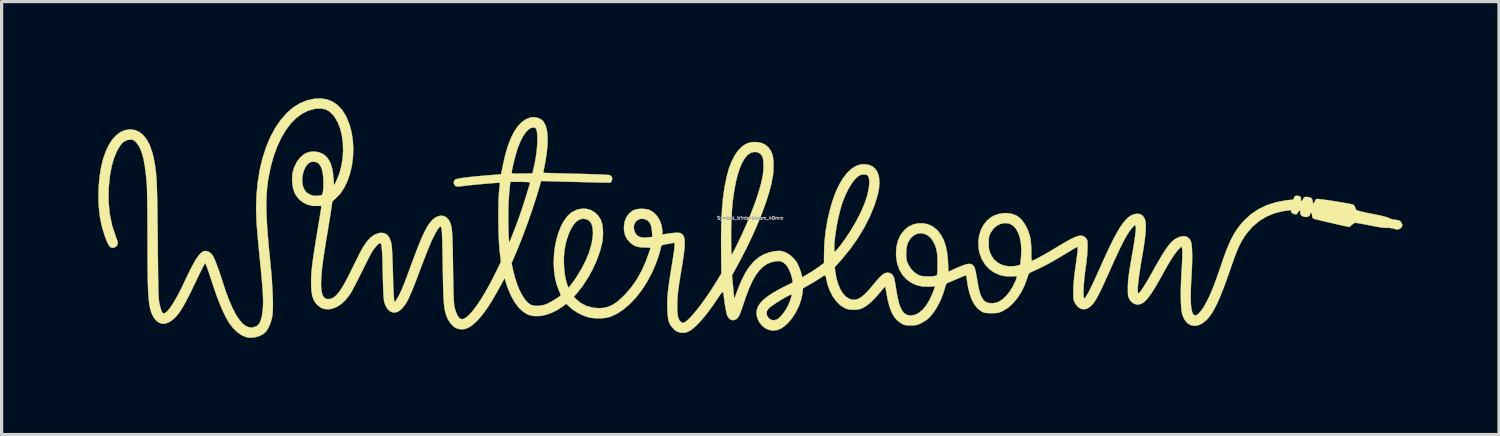
<source format=kicad_pcb>
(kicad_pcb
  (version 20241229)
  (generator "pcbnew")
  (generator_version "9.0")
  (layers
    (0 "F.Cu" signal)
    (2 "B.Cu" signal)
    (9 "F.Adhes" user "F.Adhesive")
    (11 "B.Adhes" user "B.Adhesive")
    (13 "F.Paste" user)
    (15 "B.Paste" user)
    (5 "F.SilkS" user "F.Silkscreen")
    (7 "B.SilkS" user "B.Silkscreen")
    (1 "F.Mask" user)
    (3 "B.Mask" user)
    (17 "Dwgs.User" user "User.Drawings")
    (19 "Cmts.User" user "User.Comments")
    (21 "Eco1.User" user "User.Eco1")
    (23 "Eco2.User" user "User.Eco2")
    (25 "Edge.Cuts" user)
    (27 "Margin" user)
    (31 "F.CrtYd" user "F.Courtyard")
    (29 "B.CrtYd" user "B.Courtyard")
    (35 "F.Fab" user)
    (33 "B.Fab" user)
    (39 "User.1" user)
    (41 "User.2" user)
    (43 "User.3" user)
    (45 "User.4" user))
  (footprint "Symbol_Winterbloom_40mm"
    (layer "F.Cu")
    (at 20.24 3.717)
    (property "Reference" "Symbol_Winterbloom_40mm" (at 0 0 0) (layer "F.Fab") (effects (font (size 0.1 0.1) (thickness 0.025))))
    (attr board_only exclude_from_pos_files exclude_from_bom)
    (fp_poly (pts (xy -13.139 -3.681) (xy -12.966 -3.612) (xy -12.811 -3.504) (xy -12.675 -3.36) (xy -12.559 -3.18) (xy -12.532 -3.126) (xy -12.441 -2.899) (xy -12.377 -2.655) (xy -12.338 -2.4) (xy -12.324 -2.139) (xy -12.335 -1.878) (xy -12.369 -1.622) (xy -12.427 -1.376) (xy -12.506 -1.146) (xy -12.607 -0.938) (xy -12.728 -0.757) (xy -12.865 -0.613) (xy -12.974 -0.518) (xy -13.016 -0.232) (xy -13.031 -0.135) (xy -13.051 -0.005) (xy -13.076 0.15) (xy -13.104 0.32) (xy -13.133 0.497) (xy -13.163 0.674) (xy -13.165 0.684) (xy -13.219 1.021) (xy -13.263 1.319) (xy -13.295 1.579) (xy -13.315 1.804) (xy -13.325 1.994) (xy -13.322 2.153) (xy -13.308 2.28) (xy -13.283 2.378) (xy -13.246 2.45) (xy -13.197 2.495) (xy -13.136 2.516) (xy -13.104 2.518) (xy -13.025 2.508) (xy -12.948 2.474) (xy -12.87 2.414) (xy -12.789 2.327) (xy -12.704 2.209) (xy -12.612 2.058) (xy -12.511 1.871) (xy -12.421 1.693) (xy -12.354 1.556) (xy -12.288 1.421) (xy -12.226 1.296) (xy -12.173 1.19) (xy -12.134 1.11) (xy -12.125 1.092) (xy -12.012 0.887) (xy -11.897 0.723) (xy -11.781 0.6) (xy -11.661 0.515) (xy -11.537 0.469) (xy -11.459 0.459) (xy -11.355 0.472) (xy -11.27 0.523) (xy -11.204 0.61) (xy -11.156 0.735) (xy -11.135 0.836) (xy -11.129 0.892) (xy -11.122 0.984) (xy -11.116 1.107) (xy -11.109 1.254) (xy -11.103 1.419) (xy -11.097 1.596) (xy -11.093 1.746) (xy -11.089 1.924) (xy -11.083 2.09) (xy -11.077 2.238) (xy -11.071 2.365) (xy -11.065 2.465) (xy -11.06 2.532) (xy -11.055 2.56) (xy -11.034 2.613) (xy -10.981 2.529) (xy -10.944 2.469) (xy -10.91 2.408) (xy -10.876 2.342) (xy -10.841 2.266) (xy -10.802 2.175) (xy -10.757 2.065) (xy -10.705 1.93) (xy -10.643 1.767) (xy -10.57 1.57) (xy -10.542 1.492) (xy -10.441 1.222) (xy -10.352 0.988) (xy -10.273 0.788) (xy -10.202 0.619) (xy -10.137 0.476) (xy -10.078 0.357) (xy -10.023 0.259) (xy -9.969 0.177) (xy -9.916 0.11) (xy -9.862 0.052) (xy -9.843 0.035) (xy -9.741 -0.036) (xy -9.636 -0.07) (xy -9.535 -0.066) (xy -9.444 -0.027) (xy -9.369 0.047) (xy -9.343 0.089) (xy -9.323 0.131) (xy -9.305 0.174) (xy -9.291 0.222) (xy -9.278 0.279) (xy -9.268 0.349) (xy -9.259 0.434) (xy -9.252 0.54) (xy -9.247 0.668) (xy -9.242 0.824) (xy -9.237 1.011) (xy -9.233 1.233) (xy -9.229 1.493) (xy -9.229 1.524) (xy -9.225 1.785) (xy -9.221 2.006) (xy -9.217 2.193) (xy -9.213 2.347) (xy -9.208 2.473) (xy -9.203 2.573) (xy -9.197 2.652) (xy -9.191 2.713) (xy -9.184 2.759) (xy -9.18 2.775) (xy -9.137 2.922) (xy -9.087 3.034) (xy -9.03 3.107) (xy -8.967 3.14) (xy -8.904 3.134) (xy -8.82 3.085) (xy -8.723 2.999) (xy -8.615 2.878) (xy -8.498 2.724) (xy -8.374 2.541) (xy -8.245 2.33) (xy -8.111 2.094) (xy -7.975 1.836) (xy -7.932 1.748) (xy -7.742 1.365) (xy -7.782 1.016) (xy -7.794 0.881) (xy -7.804 0.714) (xy -7.812 0.523) (xy -7.817 0.317) (xy -7.82 0.102) (xy -7.821 -0.021) (xy -7.514 -0.021) (xy -7.513 0.137) (xy -7.511 0.287) (xy -7.507 0.426) (xy -7.503 0.548) (xy -7.497 0.646) (xy -7.491 0.717) (xy -7.485 0.753) (xy -7.481 0.757) (xy -7.472 0.736) (xy -7.45 0.684) (xy -7.419 0.609) (xy -7.387 0.529) (xy -7.276 0.241) (xy -7.166 -0.059) (xy -7.065 -0.354) (xy -6.978 -0.628) (xy -6.976 -0.635) (xy -6.941 -0.751) (xy -6.908 -0.857) (xy -6.881 -0.945) (xy -6.863 -1.005) (xy -6.857 -1.024) (xy -6.842 -1.074) (xy -6.837 -1.104) (xy -6.857 -1.11) (xy -6.912 -1.116) (xy -6.994 -1.12) (xy -7.096 -1.122) (xy -7.142 -1.122) (xy -7.448 -1.122) (xy -7.46 -1.032) (xy -7.486 -0.783) (xy -7.504 -0.514) (xy -7.513 -0.217) (xy -7.514 -0.021) (xy -7.821 -0.021) (xy -7.821 -0.113) (xy -7.82 -0.321) (xy -7.816 -0.513) (xy -7.809 -0.683) (xy -7.8 -0.822) (xy -7.794 -0.878) (xy -7.785 -0.967) (xy -7.778 -1.038) (xy -7.775 -1.083) (xy -7.775 -1.094) (xy -7.798 -1.095) (xy -7.856 -1.092) (xy -7.944 -1.086) (xy -8.053 -1.078) (xy -8.178 -1.068) (xy -8.312 -1.056) (xy -8.447 -1.044) (xy -8.579 -1.032) (xy -8.699 -1.019) (xy -8.802 -1.008) (xy -8.843 -1.003) (xy -8.957 -0.989) (xy -9.037 -0.981) (xy -9.09 -0.979) (xy -9.124 -0.982) (xy -9.146 -0.991) (xy -9.166 -1.006) (xy -9.166 -1.006) (xy -9.201 -1.061) (xy -9.205 -1.123) (xy -9.179 -1.178) (xy -9.16 -1.194) (xy -9.113 -1.211) (xy -9.027 -1.23) (xy -8.903 -1.249) (xy -8.745 -1.269) (xy -8.555 -1.289) (xy -8.336 -1.309) (xy -8.161 -1.324) (xy -8.032 -1.334) (xy -7.919 -1.343) (xy -7.828 -1.351) (xy -7.765 -1.357) (xy -7.737 -1.36) (xy -7.736 -1.361) (xy -7.731 -1.382) (xy -7.726 -1.41) (xy -7.408 -1.41) (xy -7.404 -1.396) (xy -7.389 -1.387) (xy -7.355 -1.381) (xy -7.298 -1.379) (xy -7.21 -1.379) (xy -7.087 -1.381) (xy -6.765 -1.386) (xy -6.738 -1.492) (xy -6.697 -1.672) (xy -6.663 -1.86) (xy -6.636 -2.049) (xy -6.618 -2.231) (xy -6.609 -2.399) (xy -6.61 -2.545) (xy -6.621 -2.661) (xy -6.629 -2.699) (xy -6.648 -2.762) (xy -6.669 -2.795) (xy -6.7 -2.808) (xy -6.72 -2.81) (xy -6.805 -2.797) (xy -6.891 -2.744) (xy -6.977 -2.653) (xy -7.061 -2.527) (xy -7.142 -2.367) (xy -7.218 -2.176) (xy -7.234 -2.127) (xy -7.261 -2.041) (xy -7.291 -1.935) (xy -7.321 -1.819) (xy -7.35 -1.702) (xy -7.376 -1.592) (xy -7.395 -1.5) (xy -7.406 -1.433) (xy -7.408 -1.41) (xy -7.726 -1.41) (xy -7.72 -1.437) (xy -7.704 -1.519) (xy -7.684 -1.619) (xy -7.677 -1.655) (xy -7.608 -1.961) (xy -7.527 -2.234) (xy -7.435 -2.474) (xy -7.332 -2.678) (xy -7.219 -2.846) (xy -7.096 -2.976) (xy -6.966 -3.067) (xy -6.827 -3.119) (xy -6.72 -3.131) (xy -6.617 -3.116) (xy -6.517 -3.074) (xy -6.437 -3.014) (xy -6.416 -2.988) (xy -6.354 -2.867) (xy -6.312 -2.71) (xy -6.293 -2.519) (xy -6.295 -2.294) (xy -6.318 -2.036) (xy -6.363 -1.746) (xy -6.39 -1.607) (xy -6.407 -1.522) (xy -6.42 -1.453) (xy -6.426 -1.412) (xy -6.427 -1.403) (xy -6.405 -1.402) (xy -6.346 -1.399) (xy -6.252 -1.396) (xy -6.129 -1.393) (xy -5.979 -1.389) (xy -5.808 -1.384) (xy -5.62 -1.379) (xy -5.419 -1.374) (xy -5.215 -1.369) (xy -5.023 -1.364) (xy -4.848 -1.358) (xy -4.693 -1.352) (xy -4.563 -1.346) (xy -4.462 -1.341) (xy -4.395 -1.336) (xy -4.366 -1.332) (xy -4.309 -1.291) (xy -4.286 -1.232) (xy -4.299 -1.166) (xy -4.307 -1.151) (xy -4.344 -1.095) (xy -4.918 -1.108) (xy -5.108 -1.113) (xy -5.317 -1.118) (xy -5.532 -1.124) (xy -5.739 -1.129) (xy -5.924 -1.134) (xy -5.994 -1.136) (xy -6.495 -1.149) (xy -6.539 -0.993) (xy -6.648 -0.63) (xy -6.774 -0.246) (xy -6.91 0.146) (xy -7.053 0.531) (xy -7.197 0.895) (xy -7.264 1.055) (xy -7.411 1.401) (xy -7.366 1.614) (xy -7.308 1.845) (xy -7.239 2.057) (xy -7.16 2.248) (xy -7.074 2.412) (xy -6.982 2.545) (xy -6.888 2.643) (xy -6.806 2.697) (xy -6.712 2.723) (xy -6.593 2.728) (xy -6.464 2.712) (xy -6.366 2.686) (xy -6.304 2.66) (xy -6.226 2.621) (xy -6.14 2.573) (xy -6.056 2.523) (xy -5.98 2.474) (xy -5.922 2.432) (xy -5.889 2.402) (xy -5.884 2.393) (xy -5.893 2.366) (xy -5.914 2.313) (xy -5.937 2.261) (xy -6.011 2.064) (xy -6.063 1.848) (xy -6.093 1.62) (xy -6.101 1.432) (xy -5.787 1.432) (xy -5.773 1.641) (xy -5.745 1.837) (xy -5.703 2.008) (xy -5.677 2.083) (xy -5.645 2.165) (xy -5.584 2.093) (xy -5.546 2.044) (xy -5.493 1.971) (xy -5.434 1.887) (xy -5.404 1.843) (xy -5.241 1.577) (xy -5.106 1.313) (xy -5.002 1.056) (xy -4.93 0.809) (xy -4.891 0.577) (xy -4.885 0.45) (xy -4.897 0.296) (xy -4.933 0.177) (xy -4.993 0.092) (xy -5.078 0.04) (xy -5.189 0.021) (xy -5.197 0.021) (xy -5.295 0.042) (xy -5.39 0.102) (xy -5.48 0.199) (xy -5.563 0.331) (xy -5.638 0.494) (xy -5.703 0.686) (xy -5.74 0.832) (xy -5.771 1.017) (xy -5.787 1.221) (xy -5.787 1.432) (xy -6.101 1.432) (xy -6.104 1.383) (xy -6.094 1.144) (xy -6.067 0.907) (xy -6.021 0.678) (xy -5.959 0.462) (xy -5.881 0.265) (xy -5.788 0.091) (xy -5.681 -0.055) (xy -5.56 -0.166) (xy -5.53 -0.187) (xy -5.383 -0.258) (xy -5.233 -0.291) (xy -5.086 -0.286) (xy -4.946 -0.245) (xy -4.82 -0.17) (xy -4.714 -0.062) (xy -4.639 0.063) (xy -4.602 0.177) (xy -4.58 0.32) (xy -4.572 0.479) (xy -4.581 0.643) (xy -4.602 0.779) (xy -4.67 1.042) (xy -4.77 1.317) (xy -4.896 1.594) (xy -5.043 1.861) (xy -5.206 2.11) (xy -5.377 2.327) (xy -5.48 2.445) (xy -5.412 2.515) (xy -5.264 2.638) (xy -5.092 2.727) (xy -4.899 2.781) (xy -4.699 2.799) (xy -4.55 2.789) (xy -4.41 2.755) (xy -4.274 2.693) (xy -4.136 2.601) (xy -3.991 2.475) (xy -3.884 2.368) (xy -3.692 2.146) (xy -3.522 1.902) (xy -3.371 1.631) (xy -3.237 1.328) (xy -3.117 0.99) (xy -3.1 0.938) (xy -3.11 0.925) (xy -3.153 0.917) (xy -3.232 0.915) (xy -3.266 0.915) (xy -3.411 0.909) (xy -3.527 0.886) (xy -3.626 0.843) (xy -3.717 0.776) (xy -3.725 0.769) (xy -3.826 0.656) (xy -3.89 0.529) (xy -3.921 0.382) (xy -3.925 0.297) (xy -3.62 0.297) (xy -3.6 0.404) (xy -3.591 0.429) (xy -3.54 0.514) (xy -3.471 0.571) (xy -3.377 0.601) (xy -3.255 0.608) (xy -3.157 0.6) (xy -3.043 0.586) (xy -3.052 0.423) (xy -3.071 0.28) (xy -3.11 0.171) (xy -3.169 0.094) (xy -3.218 0.06) (xy -3.32 0.025) (xy -3.415 0.027) (xy -3.498 0.06) (xy -3.563 0.12) (xy -3.606 0.201) (xy -3.62 0.297) (xy -3.925 0.297) (xy -3.925 0.296) (xy -3.907 0.131) (xy -3.855 -0.013) (xy -3.771 -0.133) (xy -3.658 -0.225) (xy -3.633 -0.239) (xy -3.539 -0.271) (xy -3.421 -0.286) (xy -3.296 -0.284) (xy -3.18 -0.265) (xy -3.111 -0.241) (xy -2.99 -0.163) (xy -2.887 -0.053) (xy -2.807 0.083) (xy -2.753 0.236) (xy -2.731 0.399) (xy -2.731 0.421) (xy -2.731 0.514) (xy -2.651 0.5) (xy -2.487 0.474) (xy -2.35 0.46) (xy -2.245 0.457) (xy -2.176 0.466) (xy -2.163 0.471) (xy -2.115 0.501) (xy -2.079 0.545) (xy -2.054 0.606) (xy -2.039 0.687) (xy -2.036 0.792) (xy -2.043 0.924) (xy -2.061 1.088) (xy -2.089 1.286) (xy -2.117 1.463) (xy -2.155 1.693) (xy -2.187 1.887) (xy -2.212 2.051) (xy -2.231 2.188) (xy -2.246 2.305) (xy -2.256 2.406) (xy -2.263 2.498) (xy -2.268 2.585) (xy -2.269 2.673) (xy -2.27 2.72) (xy -2.267 2.881) (xy -2.256 3.005) (xy -2.236 3.099) (xy -2.206 3.167) (xy -2.164 3.216) (xy -2.154 3.224) (xy -2.11 3.252) (xy -2.075 3.253) (xy -2.043 3.239) (xy -1.969 3.186) (xy -1.877 3.1) (xy -1.77 2.983) (xy -1.651 2.84) (xy -1.523 2.673) (xy -1.389 2.487) (xy -1.251 2.285) (xy -1.112 2.07) (xy -1.036 1.947) (xy -0.9 1.725) (xy -0.907 0.931) (xy -0.908 0.569) (xy -0.907 0.546) (xy -0.597 0.546) (xy -0.597 0.684) (xy -0.596 0.814) (xy -0.594 0.932) (xy -0.591 1.029) (xy -0.588 1.1) (xy -0.584 1.138) (xy -0.582 1.143) (xy -0.569 1.125) (xy -0.542 1.076) (xy -0.503 1.003) (xy -0.457 0.913) (xy -0.444 0.888) (xy -0.274 0.537) (xy -0.118 0.191) (xy 0.021 -0.145) (xy 0.143 -0.465) (xy 0.245 -0.766) (xy 0.325 -1.042) (xy 0.371 -1.238) (xy 0.393 -1.371) (xy 0.405 -1.51) (xy 0.409 -1.645) (xy 0.403 -1.766) (xy 0.388 -1.862) (xy 0.372 -1.911) (xy 0.312 -1.992) (xy 0.23 -2.04) (xy 0.132 -2.052) (xy 0.025 -2.028) (xy 0.015 -2.024) (xy -0.081 -1.961) (xy -0.171 -1.858) (xy -0.254 -1.718) (xy -0.329 -1.543) (xy -0.396 -1.335) (xy -0.455 -1.096) (xy -0.504 -0.829) (xy -0.544 -0.537) (xy -0.573 -0.22) (xy -0.59 0.117) (xy -0.595 0.275) (xy -0.597 0.408) (xy -0.597 0.546) (xy -0.907 0.546) (xy -0.903 0.244) (xy -0.893 -0.051) (xy -0.877 -0.32) (xy -0.854 -0.57) (xy -0.824 -0.805) (xy -0.786 -1.032) (xy -0.74 -1.256) (xy -0.732 -1.294) (xy -0.666 -1.535) (xy -0.584 -1.751) (xy -0.488 -1.939) (xy -0.38 -2.095) (xy -0.263 -2.213) (xy -0.256 -2.219) (xy -0.151 -2.291) (xy -0.05 -2.335) (xy 0.065 -2.355) (xy 0.159 -2.359) (xy 0.314 -2.34) (xy 0.448 -2.285) (xy 0.559 -2.196) (xy 0.643 -2.075) (xy 0.687 -1.964) (xy 0.705 -1.876) (xy 0.715 -1.759) (xy 0.719 -1.625) (xy 0.716 -1.486) (xy 0.706 -1.354) (xy 0.697 -1.291) (xy 0.647 -1.039) (xy 0.571 -0.757) (xy 0.472 -0.451) (xy 0.351 -0.123) (xy 0.21 0.222) (xy 0.05 0.581) (xy -0.127 0.949) (xy -0.32 1.322) (xy -0.388 1.447) (xy -0.571 1.782) (xy -0.5 2.515) (xy -0.401 2.245) (xy -0.288 1.964) (xy -0.167 1.722) (xy -0.038 1.52) (xy 0.102 1.354) (xy 0.254 1.224) (xy 0.42 1.127) (xy 0.601 1.062) (xy 0.751 1.032) (xy 0.845 1.022) (xy 0.914 1.02) (xy 0.975 1.028) (xy 1.045 1.048) (xy 1.046 1.048) (xy 1.159 1.101) (xy 1.273 1.183) (xy 1.375 1.284) (xy 1.446 1.382) (xy 1.487 1.465) (xy 1.531 1.571) (xy 1.569 1.682) (xy 1.596 1.778) (xy 1.597 1.783) (xy 1.609 1.84) (xy 1.794 1.732) (xy 1.897 1.669) (xy 2.007 1.597) (xy 2.107 1.529) (xy 2.133 1.51) (xy 2.286 1.397) (xy 2.287 1.127) (xy 2.293 0.939) (xy 2.603 0.939) (xy 2.605 0.996) (xy 2.61 1.031) (xy 2.624 1.041) (xy 2.65 1.024) (xy 2.692 0.978) (xy 2.753 0.902) (xy 2.805 0.837) (xy 2.969 0.611) (xy 3.129 0.367) (xy 3.277 0.114) (xy 3.408 -0.139) (xy 3.516 -0.38) (xy 3.575 -0.533) (xy 3.629 -0.709) (xy 3.667 -0.874) (xy 3.688 -1.023) (xy 3.692 -1.149) (xy 3.679 -1.249) (xy 3.646 -1.316) (xy 3.645 -1.318) (xy 3.597 -1.345) (xy 3.526 -1.354) (xy 3.447 -1.345) (xy 3.388 -1.324) (xy 3.304 -1.262) (xy 3.215 -1.165) (xy 3.125 -1.038) (xy 3.036 -0.887) (xy 2.953 -0.716) (xy 2.878 -0.533) (xy 2.837 -0.414) (xy 2.781 -0.219) (xy 2.73 -0.004) (xy 2.685 0.221) (xy 2.648 0.444) (xy 2.621 0.655) (xy 2.606 0.844) (xy 2.603 0.939) (xy 2.293 0.939) (xy 2.298 0.774) (xy 2.333 0.429) (xy 2.392 0.08) (xy 2.467 -0.248) (xy 2.551 -0.539) (xy 2.648 -0.801) (xy 2.755 -1.031) (xy 2.872 -1.229) (xy 2.998 -1.393) (xy 3.131 -1.52) (xy 3.27 -1.61) (xy 3.414 -1.661) (xy 3.522 -1.672) (xy 3.668 -1.654) (xy 3.789 -1.603) (xy 3.884 -1.521) (xy 3.952 -1.409) (xy 3.993 -1.269) (xy 4.007 -1.103) (xy 3.992 -0.911) (xy 3.95 -0.709) (xy 3.847 -0.379) (xy 3.707 -0.04) (xy 3.533 0.3) (xy 3.329 0.637) (xy 3.097 0.965) (xy 2.84 1.278) (xy 2.786 1.339) (xy 2.619 1.524) (xy 2.633 1.646) (xy 2.668 1.853) (xy 2.721 2.04) (xy 2.789 2.204) (xy 2.872 2.339) (xy 2.966 2.441) (xy 3.058 2.501) (xy 3.152 2.532) (xy 3.242 2.538) (xy 3.333 2.516) (xy 3.429 2.464) (xy 3.533 2.381) (xy 3.649 2.264) (xy 3.78 2.112) (xy 3.785 2.106) (xy 3.9 1.968) (xy 3.994 1.862) (xy 4.07 1.787) (xy 4.129 1.738) (xy 4.153 1.723) (xy 4.245 1.695) (xy 4.331 1.706) (xy 4.403 1.752) (xy 4.453 1.832) (xy 4.461 1.856) (xy 4.473 1.907) (xy 4.489 1.99) (xy 4.507 2.093) (xy 4.525 2.205) (xy 4.528 2.223) (xy 4.566 2.443) (xy 4.608 2.624) (xy 4.657 2.767) (xy 4.712 2.877) (xy 4.777 2.954) (xy 4.852 3.003) (xy 4.938 3.025) (xy 4.978 3.027) (xy 5.104 3.006) (xy 5.228 2.945) (xy 5.347 2.847) (xy 5.458 2.713) (xy 5.56 2.545) (xy 5.651 2.347) (xy 5.673 2.29) (xy 5.735 2.119) (xy 5.561 2.131) (xy 5.354 2.127) (xy 5.163 2.085) (xy 4.992 2.009) (xy 4.844 1.9) (xy 4.72 1.763) (xy 4.624 1.599) (xy 4.558 1.41) (xy 4.525 1.201) (xy 4.522 1.111) (xy 4.837 1.111) (xy 4.84 1.213) (xy 4.848 1.288) (xy 4.865 1.354) (xy 4.895 1.426) (xy 4.899 1.435) (xy 4.972 1.558) (xy 5.068 1.665) (xy 5.178 1.747) (xy 5.268 1.789) (xy 5.333 1.802) (xy 5.42 1.81) (xy 5.517 1.813) (xy 5.613 1.811) (xy 5.698 1.804) (xy 5.76 1.792) (xy 5.785 1.78) (xy 5.796 1.75) (xy 5.804 1.683) (xy 5.808 1.579) (xy 5.81 1.435) (xy 5.81 1.422) (xy 5.807 1.255) (xy 5.799 1.121) (xy 5.782 1.009) (xy 5.756 0.909) (xy 5.719 0.813) (xy 5.69 0.752) (xy 5.609 0.629) (xy 5.511 0.542) (xy 5.403 0.489) (xy 5.29 0.472) (xy 5.178 0.488) (xy 5.072 0.539) (xy 4.979 0.623) (xy 4.904 0.741) (xy 4.876 0.808) (xy 4.85 0.913) (xy 4.838 1.043) (xy 4.837 1.111) (xy 4.522 1.111) (xy 4.521 1.101) (xy 4.536 0.887) (xy 4.581 0.7) (xy 4.657 0.536) (xy 4.767 0.39) (xy 4.775 0.381) (xy 4.902 0.274) (xy 5.046 0.202) (xy 5.201 0.165) (xy 5.359 0.162) (xy 5.514 0.194) (xy 5.659 0.261) (xy 5.788 0.362) (xy 5.813 0.389) (xy 5.918 0.526) (xy 6.001 0.681) (xy 6.063 0.858) (xy 6.106 1.064) (xy 6.131 1.302) (xy 6.134 1.367) (xy 6.149 1.666) (xy 6.401 1.552) (xy 6.552 1.487) (xy 6.672 1.445) (xy 6.766 1.424) (xy 6.838 1.426) (xy 6.893 1.45) (xy 6.936 1.495) (xy 6.956 1.529) (xy 6.971 1.573) (xy 6.99 1.65) (xy 7.011 1.75) (xy 7.031 1.864) (xy 7.04 1.917) (xy 7.075 2.12) (xy 7.113 2.284) (xy 7.157 2.412) (xy 7.208 2.509) (xy 7.268 2.577) (xy 7.34 2.62) (xy 7.426 2.641) (xy 7.497 2.645) (xy 7.592 2.636) (xy 7.683 2.611) (xy 7.699 2.604) (xy 7.815 2.533) (xy 7.932 2.426) (xy 8.042 2.292) (xy 8.141 2.137) (xy 8.222 1.968) (xy 8.222 1.967) (xy 8.249 1.897) (xy 8.269 1.843) (xy 8.276 1.816) (xy 8.257 1.809) (xy 8.206 1.807) (xy 8.134 1.81) (xy 8.123 1.811) (xy 7.924 1.809) (xy 7.737 1.768) (xy 7.566 1.692) (xy 7.415 1.584) (xy 7.287 1.446) (xy 7.186 1.283) (xy 7.116 1.097) (xy 7.088 0.96) (xy 7.078 0.782) (xy 7.398 0.782) (xy 7.399 0.884) (xy 7.406 0.958) (xy 7.42 1.019) (xy 7.444 1.082) (xy 7.457 1.111) (xy 7.498 1.189) (xy 7.542 1.259) (xy 7.574 1.298) (xy 7.699 1.399) (xy 7.846 1.467) (xy 8.012 1.499) (xy 8.19 1.494) (xy 8.275 1.48) (xy 8.336 1.463) (xy 8.375 1.443) (xy 8.383 1.432) (xy 8.385 1.402) (xy 8.39 1.339) (xy 8.397 1.256) (xy 8.402 1.205) (xy 8.411 0.986) (xy 8.398 0.785) (xy 8.364 0.606) (xy 8.311 0.452) (xy 8.24 0.327) (xy 8.152 0.234) (xy 8.048 0.177) (xy 8.026 0.17) (xy 7.896 0.156) (xy 7.768 0.181) (xy 7.649 0.241) (xy 7.544 0.333) (xy 7.462 0.453) (xy 7.461 0.454) (xy 7.431 0.518) (xy 7.412 0.573) (xy 7.402 0.633) (xy 7.398 0.713) (xy 7.398 0.782) (xy 7.078 0.782) (xy 7.076 0.755) (xy 7.099 0.559) (xy 7.153 0.377) (xy 7.237 0.215) (xy 7.347 0.077) (xy 7.483 -0.031) (xy 7.569 -0.078) (xy 7.741 -0.136) (xy 7.918 -0.155) (xy 8.09 -0.137) (xy 8.249 -0.083) (xy 8.354 -0.011) (xy 8.454 0.095) (xy 8.543 0.229) (xy 8.618 0.383) (xy 8.674 0.55) (xy 8.688 0.61) (xy 8.704 0.714) (xy 8.715 0.847) (xy 8.72 0.998) (xy 8.721 1.049) (xy 8.721 1.153) (xy 8.724 1.24) (xy 8.727 1.303) (xy 8.731 1.332) (xy 8.732 1.333) (xy 8.762 1.323) (xy 8.823 1.295) (xy 8.908 1.251) (xy 9.011 1.196) (xy 9.125 1.133) (xy 9.245 1.064) (xy 9.364 0.994) (xy 9.458 0.938) (xy 9.653 0.821) (xy 9.816 0.726) (xy 9.952 0.652) (xy 10.064 0.599) (xy 10.155 0.565) (xy 10.229 0.549) (xy 10.289 0.549) (xy 10.34 0.565) (xy 10.384 0.595) (xy 10.405 0.615) (xy 10.431 0.644) (xy 10.448 0.67) (xy 10.459 0.704) (xy 10.464 0.753) (xy 10.465 0.827) (xy 10.465 0.933) (xy 10.465 0.938) (xy 10.456 1.138) (xy 10.432 1.371) (xy 10.403 1.577) (xy 10.383 1.719) (xy 10.367 1.866) (xy 10.354 2.012) (xy 10.344 2.149) (xy 10.34 2.272) (xy 10.339 2.374) (xy 10.344 2.447) (xy 10.354 2.486) (xy 10.356 2.489) (xy 10.375 2.488) (xy 10.405 2.456) (xy 10.447 2.393) (xy 10.5 2.297) (xy 10.566 2.166) (xy 10.646 2) (xy 10.739 1.798) (xy 10.847 1.558) (xy 10.9 1.439) (xy 11.036 1.138) (xy 11.159 0.874) (xy 11.273 0.647) (xy 11.377 0.453) (xy 11.474 0.291) (xy 11.566 0.159) (xy 11.652 0.054) (xy 11.736 -0.025) (xy 11.818 -0.081) (xy 11.9 -0.116) (xy 11.984 -0.132) (xy 12.001 -0.133) (xy 12.098 -0.121) (xy 12.173 -0.077) (xy 12.232 0.005) (xy 12.237 0.016) (xy 12.259 0.081) (xy 12.272 0.166) (xy 12.275 0.276) (xy 12.269 0.413) (xy 12.254 0.579) (xy 12.228 0.778) (xy 12.192 1.013) (xy 12.15 1.259) (xy 12.111 1.49) (xy 12.079 1.699) (xy 12.054 1.883) (xy 12.036 2.04) (xy 12.025 2.167) (xy 12.023 2.261) (xy 12.029 2.318) (xy 12.038 2.335) (xy 12.064 2.327) (xy 12.107 2.28) (xy 12.168 2.196) (xy 12.245 2.075) (xy 12.34 1.917) (xy 12.45 1.724) (xy 12.494 1.645) (xy 12.618 1.425) (xy 12.726 1.239) (xy 12.82 1.084) (xy 12.903 0.957) (xy 12.977 0.855) (xy 13.044 0.774) (xy 13.108 0.711) (xy 13.169 0.663) (xy 13.221 0.631) (xy 13.348 0.577) (xy 13.458 0.561) (xy 13.552 0.584) (xy 13.627 0.644) (xy 13.666 0.703) (xy 13.686 0.767) (xy 13.701 0.869) (xy 13.71 1.006) (xy 13.714 1.173) (xy 13.712 1.367) (xy 13.704 1.585) (xy 13.695 1.746) (xy 13.679 2.035) (xy 13.67 2.283) (xy 13.668 2.493) (xy 13.674 2.665) (xy 13.688 2.802) (xy 13.709 2.904) (xy 13.738 2.974) (xy 13.774 3.013) (xy 13.802 3.023) (xy 13.857 3.009) (xy 13.923 2.958) (xy 13.996 2.873) (xy 14.074 2.758) (xy 14.154 2.615) (xy 14.17 2.585) (xy 14.23 2.462) (xy 14.286 2.34) (xy 14.34 2.213) (xy 14.395 2.074) (xy 14.453 1.917) (xy 14.518 1.734) (xy 14.592 1.518) (xy 14.615 1.45) (xy 14.705 1.188) (xy 14.79 0.963) (xy 14.873 0.768) (xy 14.955 0.598) (xy 15.041 0.447) (xy 15.132 0.311) (xy 15.231 0.184) (xy 15.328 0.075) (xy 15.533 -0.114) (xy 15.765 -0.271) (xy 16.024 -0.396) (xy 16.306 -0.487) (xy 16.612 -0.545) (xy 16.648 -0.549) (xy 16.734 -0.559) (xy 16.803 -0.567) (xy 16.846 -0.571) (xy 16.854 -0.571) (xy 16.867 -0.589) (xy 16.87 -0.611) (xy 16.887 -0.663) (xy 16.935 -0.69) (xy 17.005 -0.69) (xy 17.067 -0.667) (xy 17.093 -0.627) (xy 17.088 -0.574) (xy 17.087 -0.537) (xy 17.105 -0.529) (xy 17.132 -0.546) (xy 17.157 -0.587) (xy 17.16 -0.593) (xy 17.182 -0.635) (xy 17.214 -0.653) (xy 17.265 -0.656) (xy 17.362 -0.644) (xy 17.424 -0.609) (xy 17.451 -0.552) (xy 17.452 -0.534) (xy 17.46 -0.479) (xy 17.479 -0.457) (xy 17.501 -0.471) (xy 17.516 -0.51) (xy 17.543 -0.566) (xy 17.576 -0.592) (xy 17.607 -0.592) (xy 17.672 -0.586) (xy 17.766 -0.575) (xy 17.88 -0.559) (xy 18.008 -0.541) (xy 18.144 -0.52) (xy 18.28 -0.497) (xy 18.409 -0.475) (xy 18.525 -0.455) (xy 18.62 -0.436) (xy 18.689 -0.42) (xy 18.718 -0.412) (xy 18.75 -0.381) (xy 18.768 -0.337) (xy 18.789 -0.282) (xy 18.814 -0.246) (xy 18.845 -0.233) (xy 18.911 -0.214) (xy 19.006 -0.191) (xy 19.124 -0.164) (xy 19.258 -0.137) (xy 19.304 -0.128) (xy 19.483 -0.092) (xy 19.625 -0.06) (xy 19.73 -0.033) (xy 19.796 -0.011) (xy 19.814 -0.001) (xy 19.869 0.024) (xy 19.951 0.045) (xy 20.01 0.053) (xy 20.092 0.065) (xy 20.145 0.081) (xy 20.181 0.107) (xy 20.193 0.122) (xy 20.232 0.194) (xy 20.23 0.259) (xy 20.189 0.312) (xy 20.164 0.328) (xy 20.122 0.348) (xy 20.087 0.356) (xy 20.043 0.351) (xy 19.976 0.334) (xy 19.96 0.33) (xy 19.867 0.31) (xy 19.787 0.303) (xy 19.758 0.306) (xy 19.709 0.306) (xy 19.621 0.297) (xy 19.499 0.278) (xy 19.345 0.251) (xy 19.257 0.233) (xy 19.125 0.208) (xy 19.004 0.185) (xy 18.903 0.167) (xy 18.827 0.154) (xy 18.784 0.148) (xy 18.78 0.148) (xy 18.736 0.162) (xy 18.684 0.198) (xy 18.669 0.212) (xy 18.626 0.251) (xy 18.594 0.273) (xy 18.588 0.275) (xy 18.557 0.27) (xy 18.493 0.258) (xy 18.401 0.238) (xy 18.289 0.213) (xy 18.163 0.185) (xy 18.031 0.154) (xy 17.899 0.124) (xy 17.774 0.094) (xy 17.663 0.067) (xy 17.572 0.045) (xy 17.509 0.029) (xy 17.481 0.02) (xy 17.481 0.02) (xy 17.447 -0.013) (xy 17.439 -0.038) (xy 17.435 -0.091) (xy 17.434 -0.115) (xy 17.421 -0.151) (xy 17.399 -0.164) (xy 17.381 -0.15) (xy 17.378 -0.132) (xy 17.36 -0.075) (xy 17.31 -0.04) (xy 17.236 -0.031) (xy 17.212 -0.034) (xy 17.129 -0.06) (xy 17.079 -0.103) (xy 17.066 -0.162) (xy 17.069 -0.179) (xy 17.071 -0.221) (xy 17.054 -0.232) (xy 17.024 -0.213) (xy 16.992 -0.169) (xy 16.962 -0.126) (xy 16.929 -0.114) (xy 16.897 -0.119) (xy 16.825 -0.146) (xy 16.79 -0.186) (xy 16.785 -0.214) (xy 16.785 -0.23) (xy 16.78 -0.241) (xy 16.764 -0.245) (xy 16.729 -0.243) (xy 16.669 -0.234) (xy 16.577 -0.219) (xy 16.521 -0.21) (xy 16.258 -0.145) (xy 16.013 -0.041) (xy 15.787 0.098) (xy 15.584 0.272) (xy 15.405 0.479) (xy 15.338 0.575) (xy 15.284 0.661) (xy 15.234 0.747) (xy 15.188 0.837) (xy 15.141 0.937) (xy 15.093 1.053) (xy 15.04 1.19) (xy 14.98 1.354) (xy 14.912 1.55) (xy 14.879 1.645) (xy 14.772 1.949) (xy 14.673 2.214) (xy 14.581 2.443) (xy 14.494 2.64) (xy 14.411 2.806) (xy 14.331 2.944) (xy 14.252 3.058) (xy 14.173 3.15) (xy 14.142 3.181) (xy 14.017 3.277) (xy 13.893 3.332) (xy 13.774 3.347) (xy 13.663 3.323) (xy 13.564 3.261) (xy 13.481 3.161) (xy 13.416 3.025) (xy 13.407 2.997) (xy 13.387 2.906) (xy 13.373 2.776) (xy 13.364 2.612) (xy 13.36 2.418) (xy 13.362 2.198) (xy 13.369 1.956) (xy 13.382 1.695) (xy 13.387 1.608) (xy 13.4 1.394) (xy 13.407 1.223) (xy 13.411 1.092) (xy 13.409 1.002) (xy 13.404 0.953) (xy 13.384 0.878) (xy 13.292 0.973) (xy 13.22 1.056) (xy 13.139 1.167) (xy 13.048 1.308) (xy 12.944 1.482) (xy 12.825 1.692) (xy 12.801 1.737) (xy 12.674 1.965) (xy 12.562 2.156) (xy 12.463 2.314) (xy 12.374 2.44) (xy 12.294 2.538) (xy 12.22 2.608) (xy 12.15 2.655) (xy 12.082 2.679) (xy 12.015 2.685) (xy 11.973 2.68) (xy 11.883 2.648) (xy 11.812 2.587) (xy 11.763 2.512) (xy 11.742 2.467) (xy 11.728 2.419) (xy 11.72 2.36) (xy 11.718 2.277) (xy 11.718 2.191) (xy 11.719 2.096) (xy 11.723 2.004) (xy 11.731 1.908) (xy 11.742 1.804) (xy 11.759 1.683) (xy 11.781 1.541) (xy 11.809 1.372) (xy 11.844 1.169) (xy 11.856 1.101) (xy 11.897 0.865) (xy 11.928 0.664) (xy 11.95 0.5) (xy 11.963 0.373) (xy 11.966 0.285) (xy 11.96 0.237) (xy 11.958 0.234) (xy 11.942 0.222) (xy 11.914 0.238) (xy 11.876 0.277) (xy 11.818 0.344) (xy 11.76 0.422) (xy 11.7 0.515) (xy 11.636 0.625) (xy 11.565 0.757) (xy 11.487 0.914) (xy 11.398 1.1) (xy 11.298 1.319) (xy 11.201 1.535) (xy 11.098 1.765) (xy 11.01 1.959) (xy 10.935 2.122) (xy 10.87 2.258) (xy 10.815 2.369) (xy 10.767 2.46) (xy 10.724 2.535) (xy 10.685 2.596) (xy 10.654 2.64) (xy 10.559 2.744) (xy 10.46 2.809) (xy 10.361 2.834) (xy 10.265 2.821) (xy 10.177 2.768) (xy 10.1 2.677) (xy 10.075 2.634) (xy 10.054 2.589) (xy 10.039 2.547) (xy 10.03 2.499) (xy 10.026 2.435) (xy 10.025 2.346) (xy 10.025 2.244) (xy 10.032 2.06) (xy 10.05 1.85) (xy 10.08 1.608) (xy 10.094 1.507) (xy 10.114 1.368) (xy 10.131 1.238) (xy 10.145 1.126) (xy 10.155 1.037) (xy 10.16 0.981) (xy 10.16 0.972) (xy 10.16 0.887) (xy 10.059 0.945) (xy 10.01 0.974) (xy 9.932 1.021) (xy 9.832 1.08) (xy 9.719 1.147) (xy 9.599 1.219) (xy 9.589 1.225) (xy 9.368 1.354) (xy 9.164 1.465) (xy 8.96 1.567) (xy 8.739 1.668) (xy 8.717 1.678) (xy 8.67 1.704) (xy 8.639 1.739) (xy 8.616 1.796) (xy 8.606 1.829) (xy 8.522 2.067) (xy 8.416 2.286) (xy 8.29 2.483) (xy 8.149 2.651) (xy 7.996 2.788) (xy 7.834 2.887) (xy 7.832 2.887) (xy 7.763 2.918) (xy 7.705 2.937) (xy 7.644 2.948) (xy 7.565 2.952) (xy 7.482 2.953) (xy 7.377 2.951) (xy 7.302 2.945) (xy 7.247 2.933) (xy 7.198 2.913) (xy 7.185 2.907) (xy 7.062 2.817) (xy 6.957 2.689) (xy 6.868 2.523) (xy 6.797 2.318) (xy 6.744 2.075) (xy 6.717 1.892) (xy 6.708 1.829) (xy 6.697 1.788) (xy 6.69 1.778) (xy 6.667 1.786) (xy 6.612 1.808) (xy 6.534 1.84) (xy 6.439 1.88) (xy 6.413 1.891) (xy 6.313 1.934) (xy 6.224 1.971) (xy 6.156 2) (xy 6.117 2.016) (xy 6.113 2.017) (xy 6.085 2.045) (xy 6.06 2.099) (xy 6.054 2.121) (xy 5.986 2.346) (xy 5.9 2.561) (xy 5.798 2.758) (xy 5.687 2.932) (xy 5.568 3.075) (xy 5.493 3.145) (xy 5.423 3.194) (xy 5.337 3.245) (xy 5.28 3.275) (xy 5.206 3.306) (xy 5.14 3.324) (xy 5.063 3.332) (xy 4.974 3.334) (xy 4.881 3.332) (xy 4.814 3.325) (xy 4.76 3.309) (xy 4.701 3.281) (xy 4.678 3.268) (xy 4.565 3.185) (xy 4.468 3.072) (xy 4.386 2.926) (xy 4.317 2.745) (xy 4.261 2.527) (xy 4.234 2.383) (xy 4.217 2.285) (xy 4.202 2.204) (xy 4.191 2.148) (xy 4.185 2.125) (xy 4.185 2.125) (xy 4.17 2.138) (xy 4.135 2.177) (xy 4.084 2.237) (xy 4.032 2.3) (xy 3.877 2.478) (xy 3.731 2.622) (xy 3.597 2.729) (xy 3.5 2.786) (xy 3.426 2.819) (xy 3.36 2.837) (xy 3.284 2.845) (xy 3.207 2.847) (xy 3.109 2.844) (xy 3.035 2.833) (xy 2.968 2.811) (xy 2.917 2.788) (xy 2.785 2.701) (xy 2.663 2.579) (xy 2.555 2.427) (xy 2.465 2.25) (xy 2.395 2.056) (xy 2.36 1.905) (xy 2.346 1.833) (xy 2.332 1.792) (xy 2.31 1.78) (xy 2.271 1.796) (xy 2.208 1.837) (xy 2.174 1.86) (xy 2.084 1.918) (xy 1.976 1.985) (xy 1.867 2.049) (xy 1.828 2.071) (xy 1.635 2.18) (xy 1.621 2.312) (xy 1.579 2.526) (xy 1.503 2.742) (xy 1.399 2.95) (xy 1.272 3.138) (xy 1.165 3.26) (xy 1.049 3.364) (xy 0.943 3.435) (xy 0.839 3.476) (xy 0.727 3.492) (xy 0.7 3.493) (xy 0.574 3.472) (xy 0.457 3.417) (xy 0.354 3.332) (xy 0.271 3.224) (xy 0.214 3.101) (xy 0.192 2.974) (xy 0.501 2.974) (xy 0.531 3.057) (xy 0.573 3.11) (xy 0.652 3.163) (xy 0.739 3.175) (xy 0.829 3.147) (xy 0.863 3.126) (xy 0.942 3.053) (xy 1.026 2.953) (xy 1.105 2.837) (xy 1.159 2.741) (xy 1.195 2.664) (xy 1.228 2.58) (xy 1.257 2.499) (xy 1.276 2.431) (xy 1.284 2.387) (xy 1.282 2.375) (xy 1.257 2.378) (xy 1.203 2.401) (xy 1.129 2.439) (xy 1.039 2.49) (xy 0.941 2.548) (xy 0.842 2.61) (xy 0.747 2.672) (xy 0.665 2.729) (xy 0.6 2.778) (xy 0.567 2.809) (xy 0.513 2.89) (xy 0.501 2.974) (xy 0.192 2.974) (xy 0.191 2.969) (xy 0.191 2.952) (xy 0.203 2.845) (xy 0.241 2.742) (xy 0.308 2.64) (xy 0.405 2.538) (xy 0.535 2.433) (xy 0.699 2.324) (xy 0.9 2.209) (xy 1.14 2.086) (xy 1.171 2.071) (xy 1.316 2) (xy 1.302 1.905) (xy 1.277 1.8) (xy 1.235 1.68) (xy 1.184 1.567) (xy 1.14 1.492) (xy 1.088 1.434) (xy 1.023 1.383) (xy 1.009 1.374) (xy 0.95 1.347) (xy 0.892 1.336) (xy 0.815 1.34) (xy 0.805 1.341) (xy 0.656 1.37) (xy 0.519 1.427) (xy 0.392 1.513) (xy 0.274 1.631) (xy 0.163 1.782) (xy 0.058 1.969) (xy -0.043 2.194) (xy -0.143 2.457) (xy -0.18 2.568) (xy -0.234 2.73) (xy -0.277 2.856) (xy -0.314 2.952) (xy -0.345 3.023) (xy -0.374 3.074) (xy -0.402 3.109) (xy -0.433 3.135) (xy -0.459 3.15) (xy -0.539 3.173) (xy -0.613 3.155) (xy -0.678 3.097) (xy -0.714 3.037) (xy -0.729 2.994) (xy -0.746 2.918) (xy -0.766 2.82) (xy -0.785 2.71) (xy -0.802 2.596) (xy -0.816 2.49) (xy -0.817 2.477) (xy -0.828 2.38) (xy -0.84 2.32) (xy -0.857 2.297) (xy -0.882 2.31) (xy -0.922 2.358) (xy -0.979 2.443) (xy -0.996 2.469) (xy -1.166 2.719) (xy -1.333 2.946) (xy -1.494 3.143) (xy -1.617 3.278) (xy -1.739 3.396) (xy -1.846 3.48) (xy -1.943 3.534) (xy -2.037 3.56) (xy -2.133 3.561) (xy -2.191 3.552) (xy -2.264 3.53) (xy -2.326 3.493) (xy -2.394 3.43) (xy -2.454 3.362) (xy -2.499 3.293) (xy -2.531 3.215) (xy -2.553 3.12) (xy -2.567 3.001) (xy -2.576 2.849) (xy -2.577 2.812) (xy -2.579 2.688) (xy -2.578 2.567) (xy -2.572 2.442) (xy -2.56 2.308) (xy -2.543 2.158) (xy -2.52 1.986) (xy -2.489 1.786) (xy -2.451 1.552) (xy -2.443 1.503) (xy -2.419 1.361) (xy -2.398 1.222) (xy -2.379 1.097) (xy -2.365 0.993) (xy -2.357 0.921) (xy -2.357 0.917) (xy -2.351 0.838) (xy -2.351 0.793) (xy -2.359 0.774) (xy -2.376 0.771) (xy -2.384 0.772) (xy -2.425 0.78) (xy -2.492 0.792) (xy -2.561 0.804) (xy -2.655 0.821) (xy -2.715 0.835) (xy -2.75 0.852) (xy -2.768 0.876) (xy -2.778 0.911) (xy -2.781 0.931) (xy -2.802 1.025) (xy -2.838 1.147) (xy -2.885 1.286) (xy -2.94 1.432) (xy -2.999 1.575) (xy -3.057 1.704) (xy -3.207 1.983) (xy -3.372 2.239) (xy -3.551 2.469) (xy -3.74 2.669) (xy -3.937 2.837) (xy -4.137 2.969) (xy -4.339 3.062) (xy -4.361 3.07) (xy -4.487 3.099) (xy -4.637 3.114) (xy -4.796 3.113) (xy -4.949 3.097) (xy -5.027 3.08) (xy -5.201 3.021) (xy -5.372 2.935) (xy -5.526 2.833) (xy -5.588 2.78) (xy -5.715 2.662) (xy -5.828 2.747) (xy -6.004 2.863) (xy -6.188 2.952) (xy -6.372 3.012) (xy -6.551 3.043) (xy -6.719 3.043) (xy -6.871 3.01) (xy -6.932 2.984) (xy -7.071 2.894) (xy -7.203 2.765) (xy -7.323 2.6) (xy -7.415 2.436) (xy -7.467 2.325) (xy -7.516 2.208) (xy -7.557 2.099) (xy -7.578 2.034) (xy -7.628 1.864) (xy -7.721 2.038) (xy -7.87 2.309) (xy -8.006 2.543) (xy -8.133 2.745) (xy -8.252 2.917) (xy -8.365 3.063) (xy -8.476 3.186) (xy -8.488 3.198) (xy -8.621 3.319) (xy -8.746 3.401) (xy -8.865 3.446) (xy -8.985 3.455) (xy -9.108 3.43) (xy -9.111 3.429) (xy -9.182 3.39) (xy -9.258 3.321) (xy -9.33 3.234) (xy -9.39 3.139) (xy -9.418 3.078) (xy -9.441 3.014) (xy -9.461 2.951) (xy -9.477 2.885) (xy -9.491 2.813) (xy -9.503 2.731) (xy -9.513 2.634) (xy -9.521 2.518) (xy -9.527 2.38) (xy -9.533 2.216) (xy -9.538 2.021) (xy -9.542 1.792) (xy -9.547 1.525) (xy -9.547 1.513) (xy -9.551 1.251) (xy -9.555 1.028) (xy -9.559 0.841) (xy -9.563 0.687) (xy -9.568 0.563) (xy -9.573 0.465) (xy -9.578 0.391) (xy -9.584 0.337) (xy -9.591 0.3) (xy -9.599 0.277) (xy -9.609 0.265) (xy -9.61 0.264) (xy -9.637 0.271) (xy -9.677 0.314) (xy -9.728 0.389) (xy -9.788 0.493) (xy -9.854 0.623) (xy -9.865 0.646) (xy -9.903 0.729) (xy -9.952 0.846) (xy -10.01 0.987) (xy -10.073 1.147) (xy -10.14 1.317) (xy -10.206 1.491) (xy -10.235 1.566) (xy -10.322 1.798) (xy -10.396 1.993) (xy -10.461 2.157) (xy -10.517 2.294) (xy -10.566 2.408) (xy -10.61 2.502) (xy -10.651 2.582) (xy -10.691 2.65) (xy -10.722 2.699) (xy -10.817 2.817) (xy -10.915 2.895) (xy -11.014 2.932) (xy -11.108 2.93) (xy -11.196 2.889) (xy -11.273 2.81) (xy -11.335 2.692) (xy -11.36 2.619) (xy -11.369 2.576) (xy -11.377 2.513) (xy -11.384 2.427) (xy -11.391 2.315) (xy -11.397 2.171) (xy -11.402 1.994) (xy -11.408 1.779) (xy -11.409 1.714) (xy -11.415 1.483) (xy -11.42 1.291) (xy -11.426 1.135) (xy -11.433 1.012) (xy -11.442 0.918) (xy -11.452 0.851) (xy -11.463 0.807) (xy -11.477 0.783) (xy -11.494 0.776) (xy -11.51 0.781) (xy -11.56 0.82) (xy -11.624 0.888) (xy -11.697 0.979) (xy -11.712 1) (xy -11.736 1.038) (xy -11.776 1.11) (xy -11.828 1.208) (xy -11.89 1.328) (xy -11.959 1.465) (xy -12.031 1.611) (xy -12.054 1.656) (xy -12.129 1.808) (xy -12.203 1.954) (xy -12.272 2.088) (xy -12.333 2.204) (xy -12.383 2.295) (xy -12.419 2.356) (xy -12.424 2.365) (xy -12.554 2.533) (xy -12.693 2.666) (xy -12.841 2.762) (xy -12.993 2.818) (xy -13.065 2.83) (xy -13.198 2.828) (xy -13.314 2.791) (xy -13.422 2.716) (xy -13.424 2.714) (xy -13.498 2.634) (xy -13.554 2.542) (xy -13.594 2.431) (xy -13.619 2.295) (xy -13.631 2.129) (xy -13.633 2) (xy -13.632 1.895) (xy -13.628 1.79) (xy -13.621 1.68) (xy -13.61 1.561) (xy -13.595 1.428) (xy -13.575 1.276) (xy -13.549 1.1) (xy -13.518 0.897) (xy -13.48 0.66) (xy -13.441 0.428) (xy -13.412 0.253) (xy -13.386 0.09) (xy -13.362 -0.055) (xy -13.342 -0.178) (xy -13.327 -0.273) (xy -13.317 -0.336) (xy -13.314 -0.362) (xy -13.314 -0.363) (xy -13.333 -0.376) (xy -13.388 -0.377) (xy -13.404 -0.376) (xy -13.58 -0.376) (xy -13.745 -0.415) (xy -13.893 -0.489) (xy -14.02 -0.595) (xy -14.119 -0.73) (xy -14.152 -0.794) (xy -14.19 -0.913) (xy -14.214 -1.056) (xy -14.221 -1.174) (xy -13.912 -1.174) (xy -13.9 -1.042) (xy -13.886 -0.983) (xy -13.836 -0.869) (xy -13.767 -0.787) (xy -13.67 -0.728) (xy -13.578 -0.697) (xy -13.514 -0.689) (xy -13.431 -0.691) (xy -13.35 -0.7) (xy -13.303 -0.712) (xy -13.284 -0.74) (xy -13.268 -0.802) (xy -13.257 -0.891) (xy -13.251 -0.998) (xy -13.251 -1.115) (xy -13.255 -1.235) (xy -13.266 -1.35) (xy -13.273 -1.397) (xy -13.306 -1.537) (xy -13.355 -1.639) (xy -13.42 -1.707) (xy -13.474 -1.734) (xy -13.572 -1.752) (xy -13.657 -1.733) (xy -13.739 -1.674) (xy -13.748 -1.666) (xy -13.815 -1.573) (xy -13.866 -1.452) (xy -13.899 -1.315) (xy -13.912 -1.174) (xy -14.221 -1.174) (xy -14.223 -1.209) (xy -14.215 -1.355) (xy -14.205 -1.42) (xy -14.153 -1.59) (xy -14.075 -1.745) (xy -13.975 -1.875) (xy -13.858 -1.975) (xy -13.783 -2.018) (xy -13.651 -2.057) (xy -13.512 -2.063) (xy -13.377 -2.037) (xy -13.254 -1.982) (xy -13.154 -1.899) (xy -13.145 -1.888) (xy -13.076 -1.791) (xy -13.023 -1.681) (xy -12.984 -1.552) (xy -12.956 -1.396) (xy -12.936 -1.206) (xy -12.921 -1.005) (xy -12.843 -1.168) (xy -12.756 -1.382) (xy -12.694 -1.612) (xy -12.655 -1.851) (xy -12.64 -2.093) (xy -12.648 -2.333) (xy -12.679 -2.563) (xy -12.732 -2.778) (xy -12.807 -2.972) (xy -12.904 -3.138) (xy -12.957 -3.205) (xy -13.063 -3.305) (xy -13.178 -3.369) (xy -13.307 -3.399) (xy -13.457 -3.396) (xy -13.525 -3.387) (xy -13.724 -3.332) (xy -13.914 -3.237) (xy -14.093 -3.105) (xy -14.261 -2.936) (xy -14.415 -2.733) (xy -14.556 -2.497) (xy -14.682 -2.23) (xy -14.79 -1.935) (xy -14.882 -1.611) (xy -14.954 -1.263) (xy -14.955 -1.259) (xy -14.982 -1.082) (xy -15.002 -0.898) (xy -15.016 -0.705) (xy -15.022 -0.498) (xy -15.022 -0.274) (xy -15.014 -0.027) (xy -15 0.244) (xy -14.978 0.545) (xy -14.949 0.88) (xy -14.912 1.253) (xy -14.91 1.27) (xy -14.879 1.596) (xy -14.854 1.899) (xy -14.836 2.177) (xy -14.824 2.427) (xy -14.819 2.645) (xy -14.821 2.831) (xy -14.83 2.979) (xy -14.846 3.087) (xy -14.891 3.252) (xy -14.953 3.398) (xy -15.025 3.514) (xy -15.037 3.528) (xy -15.124 3.604) (xy -15.24 3.663) (xy -15.37 3.701) (xy -15.504 3.716) (xy -15.627 3.703) (xy -15.77 3.648) (xy -15.912 3.554) (xy -16.046 3.427) (xy -16.169 3.271) (xy -16.188 3.241) (xy -16.277 3.086) (xy -16.372 2.892) (xy -16.469 2.663) (xy -16.569 2.402) (xy -16.669 2.114) (xy -16.709 1.99) (xy -16.749 1.868) (xy -16.789 1.747) (xy -16.826 1.639) (xy -16.856 1.556) (xy -16.862 1.538) (xy -16.917 1.394) (xy -16.961 1.464) (xy -16.982 1.503) (xy -17.018 1.573) (xy -17.066 1.67) (xy -17.123 1.786) (xy -17.185 1.916) (xy -17.232 2.014) (xy -17.346 2.252) (xy -17.448 2.455) (xy -17.538 2.627) (xy -17.619 2.769) (xy -17.693 2.887) (xy -17.763 2.985) (xy -17.831 3.065) (xy -17.898 3.131) (xy -17.911 3.142) (xy -18.035 3.23) (xy -18.153 3.276) (xy -18.264 3.28) (xy -18.367 3.244) (xy -18.459 3.167) (xy -18.54 3.05) (xy -18.552 3.027) (xy -18.579 2.967) (xy -18.603 2.904) (xy -18.624 2.833) (xy -18.642 2.752) (xy -18.658 2.659) (xy -18.671 2.55) (xy -18.682 2.421) (xy -18.691 2.272) (xy -18.698 2.098) (xy -18.703 1.896) (xy -18.707 1.665) (xy -18.709 1.4) (xy -18.711 1.099) (xy -18.711 0.759) (xy -18.711 0.699) (xy -18.712 0.445) (xy -18.713 0.197) (xy -18.714 -0.042) (xy -18.716 -0.267) (xy -18.719 -0.473) (xy -18.722 -0.656) (xy -18.725 -0.812) (xy -18.728 -0.936) (xy -18.732 -1.024) (xy -18.733 -1.048) (xy -18.76 -1.342) (xy -18.793 -1.597) (xy -18.832 -1.815) (xy -18.879 -1.997) (xy -18.934 -2.146) (xy -18.998 -2.263) (xy -19.059 -2.341) (xy -19.114 -2.394) (xy -19.158 -2.423) (xy -19.205 -2.433) (xy -19.239 -2.434) (xy -19.354 -2.417) (xy -19.454 -2.364) (xy -19.543 -2.271) (xy -19.548 -2.264) (xy -19.659 -2.082) (xy -19.751 -1.862) (xy -19.824 -1.605) (xy -19.878 -1.313) (xy -19.912 -0.987) (xy -19.917 -0.91) (xy -19.921 -0.514) (xy -19.885 -0.132) (xy -19.809 0.235) (xy -19.694 0.587) (xy -19.654 0.685) (xy -19.633 0.772) (xy -19.651 0.845) (xy -19.704 0.898) (xy -19.73 0.911) (xy -19.787 0.927) (xy -19.836 0.92) (xy -19.881 0.886) (xy -19.926 0.823) (xy -19.973 0.727) (xy -20.026 0.593) (xy -20.03 0.582) (xy -20.127 0.272) (xy -20.193 -0.057) (xy -20.228 -0.407) (xy -20.235 -0.663) (xy -20.226 -0.991) (xy -20.197 -1.296) (xy -20.151 -1.578) (xy -20.089 -1.835) (xy -20.01 -2.064) (xy -19.916 -2.263) (xy -19.808 -2.432) (xy -19.687 -2.566) (xy -19.554 -2.666) (xy -19.41 -2.728) (xy -19.255 -2.751) (xy -19.241 -2.751) (xy -19.096 -2.73) (xy -18.962 -2.67) (xy -18.842 -2.571) (xy -18.736 -2.436) (xy -18.645 -2.267) (xy -18.572 -2.064) (xy -18.532 -1.911) (xy -18.513 -1.818) (xy -18.495 -1.729) (xy -18.479 -1.641) (xy -18.466 -1.551) (xy -18.454 -1.456) (xy -18.444 -1.353) (xy -18.435 -1.238) (xy -18.427 -1.109) (xy -18.421 -0.962) (xy -18.416 -0.793) (xy -18.411 -0.6) (xy -18.407 -0.38) (xy -18.403 -0.129) (xy -18.4 0.156) (xy -18.396 0.478) (xy -18.394 0.709) (xy -18.391 1.032) (xy -18.388 1.316) (xy -18.385 1.563) (xy -18.383 1.776) (xy -18.38 1.958) (xy -18.377 2.112) (xy -18.373 2.24) (xy -18.37 2.347) (xy -18.366 2.433) (xy -18.362 2.503) (xy -18.357 2.559) (xy -18.351 2.603) (xy -18.345 2.639) (xy -18.343 2.65) (xy -18.31 2.785) (xy -18.279 2.88) (xy -18.247 2.939) (xy -18.213 2.962) (xy -18.205 2.963) (xy -18.156 2.944) (xy -18.093 2.888) (xy -18.019 2.799) (xy -17.937 2.679) (xy -17.847 2.531) (xy -17.752 2.359) (xy -17.653 2.166) (xy -17.59 2.032) (xy -17.48 1.798) (xy -17.383 1.601) (xy -17.297 1.438) (xy -17.222 1.306) (xy -17.154 1.203) (xy -17.093 1.126) (xy -17.036 1.072) (xy -16.983 1.038) (xy -16.947 1.025) (xy -16.868 1.026) (xy -16.786 1.062) (xy -16.714 1.128) (xy -16.691 1.158) (xy -16.655 1.224) (xy -16.61 1.326) (xy -16.559 1.456) (xy -16.503 1.61) (xy -16.444 1.781) (xy -16.393 1.941) (xy -16.285 2.268) (xy -16.179 2.553) (xy -16.072 2.796) (xy -15.967 2.998) (xy -15.861 3.159) (xy -15.756 3.278) (xy -15.65 3.358) (xy -15.544 3.397) (xy -15.436 3.396) (xy -15.328 3.356) (xy -15.311 3.346) (xy -15.249 3.285) (xy -15.2 3.185) (xy -15.162 3.046) (xy -15.136 2.866) (xy -15.133 2.83) (xy -15.127 2.748) (xy -15.124 2.662) (xy -15.123 2.566) (xy -15.126 2.458) (xy -15.132 2.333) (xy -15.142 2.188) (xy -15.155 2.017) (xy -15.173 1.817) (xy -15.194 1.585) (xy -15.221 1.316) (xy -15.229 1.237) (xy -15.248 1.044) (xy -15.266 0.846) (xy -15.284 0.652) (xy -15.3 0.47) (xy -15.313 0.31) (xy -15.323 0.178) (xy -15.327 0.126) (xy -15.341 -0.299) (xy -15.328 -0.713) (xy -15.29 -1.113) (xy -15.228 -1.496) (xy -15.141 -1.859) (xy -15.031 -2.199) (xy -14.899 -2.514) (xy -14.745 -2.799) (xy -14.571 -3.052) (xy -14.385 -3.263) (xy -14.189 -3.433) (xy -13.983 -3.562) (xy -13.765 -3.651) (xy -13.531 -3.703) (xy -13.529 -3.704) (xy -13.327 -3.712) (xy -13.139 -3.681)) (stroke (width 0.01) (type solid)) (fill yes) (layer "F.SilkS")))
  (gr_rect
    (start -3 -3)
    (end 43.477 10.438)
    (stroke (width 0.1) (type default))
    (fill no)
    (layer "Edge.Cuts")))
</source>
